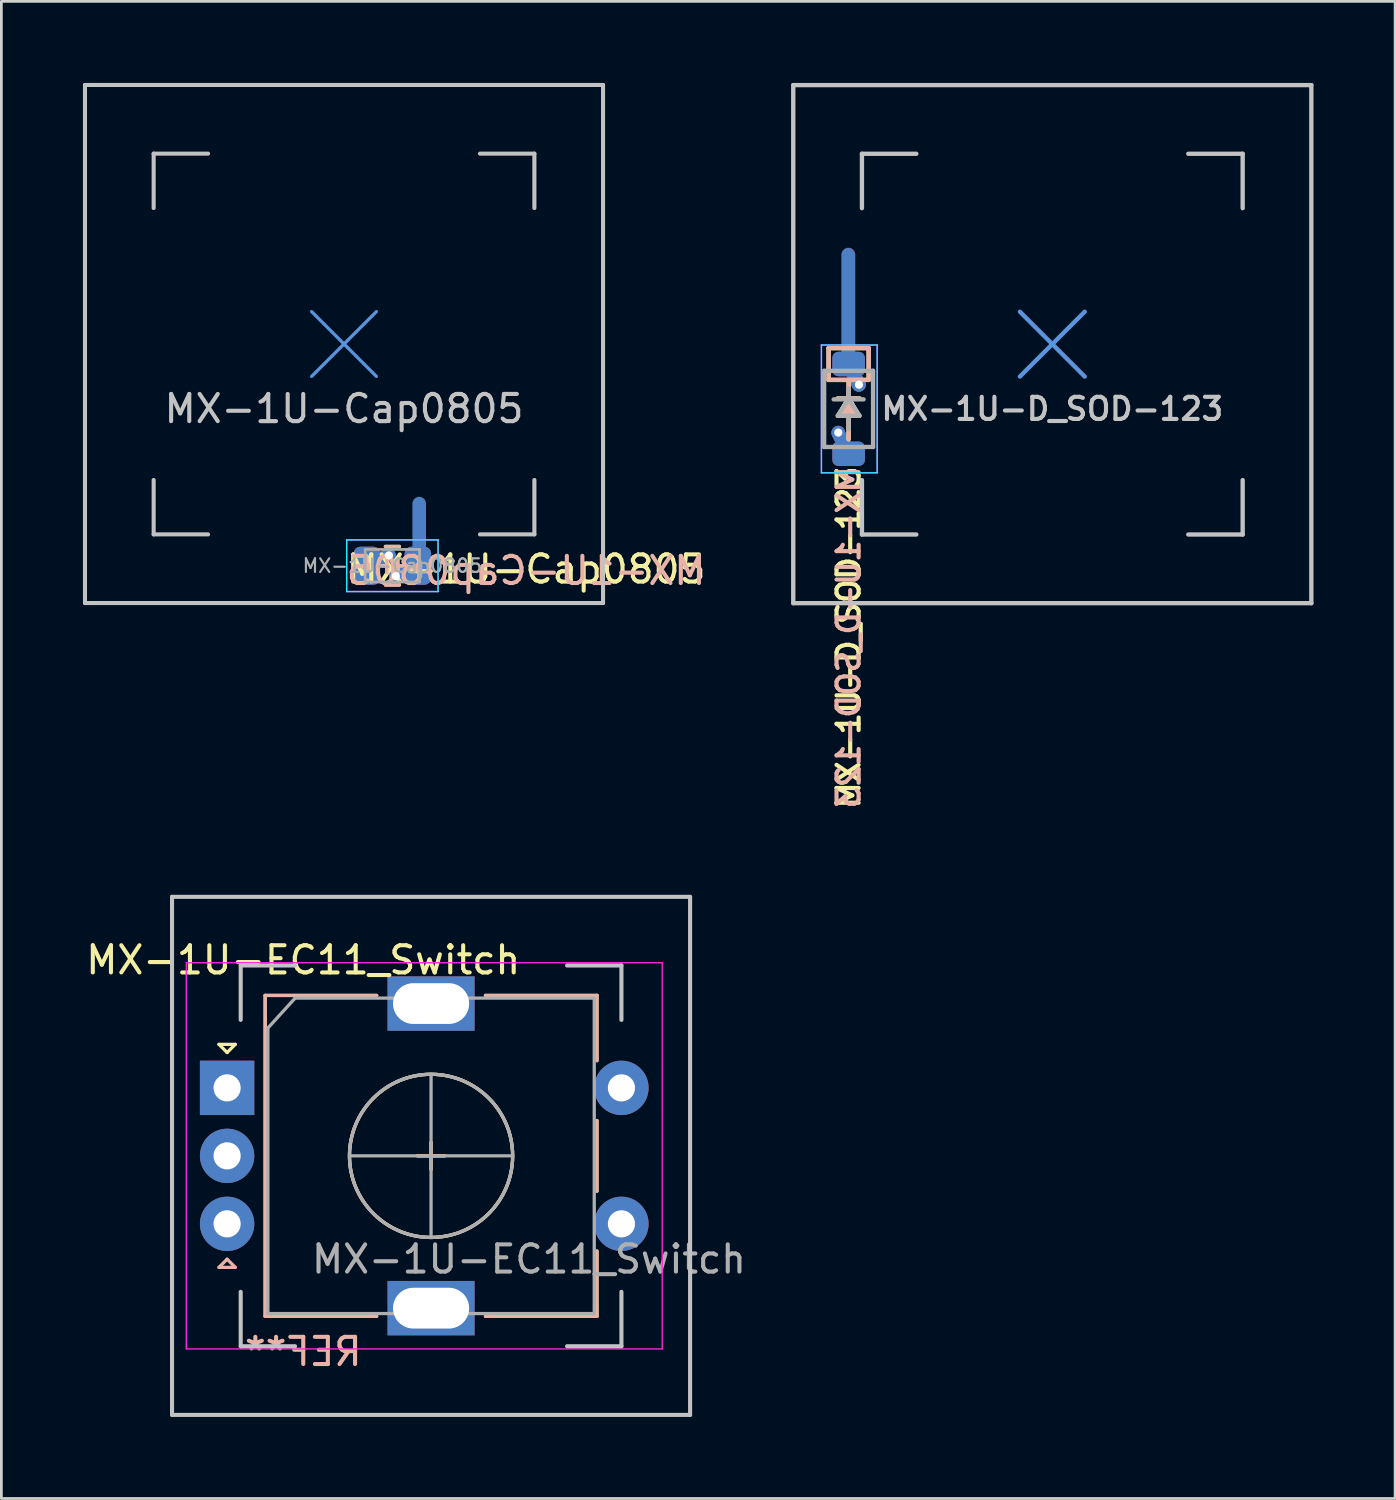
<source format=kicad_pcb>
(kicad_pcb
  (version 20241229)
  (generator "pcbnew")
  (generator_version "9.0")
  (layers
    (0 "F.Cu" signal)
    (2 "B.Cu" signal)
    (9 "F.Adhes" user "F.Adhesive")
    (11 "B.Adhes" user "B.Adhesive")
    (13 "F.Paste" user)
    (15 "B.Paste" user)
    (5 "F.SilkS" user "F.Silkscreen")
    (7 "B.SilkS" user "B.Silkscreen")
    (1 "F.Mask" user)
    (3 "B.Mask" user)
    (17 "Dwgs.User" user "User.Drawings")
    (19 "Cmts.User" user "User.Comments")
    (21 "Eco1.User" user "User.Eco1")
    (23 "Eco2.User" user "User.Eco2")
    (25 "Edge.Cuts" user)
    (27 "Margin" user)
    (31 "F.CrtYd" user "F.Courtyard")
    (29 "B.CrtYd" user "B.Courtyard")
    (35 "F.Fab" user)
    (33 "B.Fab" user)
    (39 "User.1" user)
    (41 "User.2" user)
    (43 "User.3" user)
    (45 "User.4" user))
  (footprint "MX-1U-EC11_Switch"
    (layer "F.Cu")
    (at 12.801 39.453)
    (property "Reference" "MX-1U-EC11_Switch" (at -4.7 -7.2 0) (layer "F.SilkS") (effects (font (size 1 1) (thickness 0.15))))
    (attr through_hole)
    (fp_line (start -7.8 -4.1) (end -7.2 -4.1) (stroke (width 0.12) (type solid)) (layer "F.SilkS"))
    (fp_line (start -7.5 -3.8) (end -7.8 -4.1) (stroke (width 0.12) (type solid)) (layer "F.SilkS"))
    (fp_line (start -7.2 -4.1) (end -7.5 -3.8) (stroke (width 0.12) (type solid)) (layer "F.SilkS"))
    (fp_line (start -6.1 -5.9) (end -6.1 5.9) (stroke (width 0.12) (type solid)) (layer "F.SilkS"))
    (fp_line (start -2 -5.9) (end -6.1 -5.9) (stroke (width 0.12) (type solid)) (layer "F.SilkS"))
    (fp_line (start -2 5.9) (end -6.1 5.9) (stroke (width 0.12) (type solid)) (layer "F.SilkS"))
    (fp_line (start -0.5 0) (end 0.5 0) (stroke (width 0.12) (type solid)) (layer "F.SilkS"))
    (fp_line (start 0 -0.5) (end 0 0.5) (stroke (width 0.12) (type solid)) (layer "F.SilkS"))
    (fp_line (start 2 -5.9) (end 6.1 -5.9) (stroke (width 0.12) (type solid)) (layer "F.SilkS"))
    (fp_line (start 6.1 -5.9) (end 6.1 -3.5) (stroke (width 0.12) (type solid)) (layer "F.SilkS"))
    (fp_line (start 6.1 -1.3) (end 6.1 1.3) (stroke (width 0.12) (type solid)) (layer "F.SilkS"))
    (fp_line (start 6.1 3.5) (end 6.1 5.9) (stroke (width 0.12) (type solid)) (layer "F.SilkS"))
    (fp_line (start 6.1 5.9) (end 2 5.9) (stroke (width 0.12) (type solid)) (layer "F.SilkS"))
    (fp_circle (center 0 0) (end 3 0) (stroke (width 0.12) (type solid)) (fill no) (layer "F.SilkS"))
    (fp_line (start -7.8 4.1) (end -7.2 4.1) (stroke (width 0.12) (type solid)) (layer "B.SilkS"))
    (fp_line (start -7.5 3.8) (end -7.8 4.1) (stroke (width 0.12) (type solid)) (layer "B.SilkS"))
    (fp_line (start -7.2 4.1) (end -7.5 3.8) (stroke (width 0.12) (type solid)) (layer "B.SilkS"))
    (fp_line (start -6.1 5.9) (end -6.1 -5.9) (stroke (width 0.12) (type solid)) (layer "B.SilkS"))
    (fp_line (start -2 -5.9) (end -6.1 -5.9) (stroke (width 0.12) (type solid)) (layer "B.SilkS"))
    (fp_line (start -2 5.9) (end -6.1 5.9) (stroke (width 0.12) (type solid)) (layer "B.SilkS"))
    (fp_line (start -0.5 0) (end 0.5 0) (stroke (width 0.12) (type solid)) (layer "B.SilkS"))
    (fp_line (start 0 0.5) (end 0 -0.5) (stroke (width 0.12) (type solid)) (layer "B.SilkS"))
    (fp_line (start 2 5.9) (end 6.1 5.9) (stroke (width 0.12) (type solid)) (layer "B.SilkS"))
    (fp_line (start 6.1 -5.9) (end 2 -5.9) (stroke (width 0.12) (type solid)) (layer "B.SilkS"))
    (fp_line (start 6.1 -3.5) (end 6.1 -5.9) (stroke (width 0.12) (type solid)) (layer "B.SilkS"))
    (fp_line (start 6.1 1.3) (end 6.1 -1.3) (stroke (width 0.12) (type solid)) (layer "B.SilkS"))
    (fp_line (start 6.1 5.9) (end 6.1 3.5) (stroke (width 0.12) (type solid)) (layer "B.SilkS"))
    (fp_circle (center 0 0) (end -3 0) (stroke (width 0.12) (type solid)) (fill no) (layer "B.SilkS"))
    (fp_line (start -9.525 -9.525) (end 9.525 -9.525) (stroke (width 0.15) (type solid)) (layer "Dwgs.User"))
    (fp_line (start -9.525 9.525) (end -9.525 -9.525) (stroke (width 0.15) (type solid)) (layer "Dwgs.User"))
    (fp_line (start -7 -7) (end -7 -5) (stroke (width 0.15) (type solid)) (layer "Dwgs.User"))
    (fp_line (start -7 5) (end -7 7) (stroke (width 0.15) (type solid)) (layer "Dwgs.User"))
    (fp_line (start -7 7) (end -5 7) (stroke (width 0.15) (type solid)) (layer "Dwgs.User"))
    (fp_line (start -5 -7) (end -7 -7) (stroke (width 0.15) (type solid)) (layer "Dwgs.User"))
    (fp_line (start 5 -7) (end 7 -7) (stroke (width 0.15) (type solid)) (layer "Dwgs.User"))
    (fp_line (start 5 7) (end 7 7) (stroke (width 0.15) (type solid)) (layer "Dwgs.User"))
    (fp_line (start 7 -7) (end 7 -5) (stroke (width 0.15) (type solid)) (layer "Dwgs.User"))
    (fp_line (start 7 7) (end 7 5) (stroke (width 0.15) (type solid)) (layer "Dwgs.User"))
    (fp_line (start 9.525 -9.525) (end 9.525 9.525) (stroke (width 0.15) (type solid)) (layer "Dwgs.User"))
    (fp_line (start 9.525 9.525) (end -9.525 9.525) (stroke (width 0.15) (type solid)) (layer "Dwgs.User"))
    (fp_line (start -9 -7.1) (end -9 7.1) (stroke (width 0.05) (type solid)) (layer "F.CrtYd"))
    (fp_line (start -9 -7.1) (end 8.5 -7.1) (stroke (width 0.05) (type solid)) (layer "F.CrtYd"))
    (fp_line (start 8.5 7.1) (end -9 7.1) (stroke (width 0.05) (type solid)) (layer "F.CrtYd"))
    (fp_line (start 8.5 7.1) (end 8.5 -7.1) (stroke (width 0.05) (type solid)) (layer "F.CrtYd"))
    (fp_line (start -6 -4.7) (end -5 -5.8) (stroke (width 0.12) (type solid)) (layer "F.Fab"))
    (fp_line (start -6 5.8) (end -6 -4.7) (stroke (width 0.12) (type solid)) (layer "F.Fab"))
    (fp_line (start -5 -5.8) (end 6 -5.8) (stroke (width 0.12) (type solid)) (layer "F.Fab"))
    (fp_line (start -3 0) (end 3 0) (stroke (width 0.12) (type solid)) (layer "F.Fab"))
    (fp_line (start 0 -3) (end 0 3) (stroke (width 0.12) (type solid)) (layer "F.Fab"))
    (fp_line (start 6 -5.8) (end 6 5.8) (stroke (width 0.12) (type solid)) (layer "F.Fab"))
    (fp_line (start 6 5.8) (end -6 5.8) (stroke (width 0.12) (type solid)) (layer "F.Fab"))
    (fp_circle (center 0 0) (end 3 0) (stroke (width 0.12) (type solid)) (fill no) (layer "F.Fab"))
    (fp_text user "REF**" (at -4.7 7.2 180) (layer "B.SilkS") (effects (font (size 1 1) (thickness 0.15)) (justify mirror)))
    (fp_text user "${REFERENCE}" (at 3.6 3.8 0) (layer "F.Fab") (effects (font (size 1 1) (thickness 0.15))))
    (pad "A" thru_hole rect (at -7.5 -2.5) (size 2 2) (drill 1) (layers "*.Cu" "*.Mask"))
    (pad "B" thru_hole circle (at -7.5 2.5) (size 2 2) (drill 1) (layers "*.Cu" "*.Mask"))
    (pad "C" thru_hole circle (at -7.5 0) (size 2 2) (drill 1) (layers "*.Cu" "*.Mask"))
    (pad "MP" thru_hole rect (at 0 -5.6) (size 3.2 2) (drill oval 2.8 1.5) (layers "*.Cu" "*.Mask"))
    (pad "MP" thru_hole rect (at 0 5.6) (size 3.2 2) (drill oval 2.8 1.5) (layers "*.Cu" "*.Mask"))
    (pad "S1" thru_hole circle (at 7 2.5) (size 2 2) (drill 1) (layers "*.Cu" "*.Mask"))
    (pad "S2" thru_hole circle (at 7 -2.5) (size 2 2) (drill 1) (layers "*.Cu" "*.Mask")))
  (footprint "MX-1U-Cap0805"
    (layer "F.Cu")
    (at 9.6 9.6)
    (property "Reference" "MX-1U-Cap0805" (at 0 2.381 0) (layer "Dwgs.User") (effects (font (size 1 1) (thickness 0.15))))
    (attr through_hole)
    (fp_line (start 1.397 8.153) (end 1.587 8.153) (stroke (width 0.12) (type solid)) (layer "F.SilkS"))
    (fp_line (start 1.522 7.443) (end 2.039 7.443) (stroke (width 0.12) (type solid)) (layer "F.SilkS"))
    (fp_line (start 1.522 8.863) (end 2.039 8.863) (stroke (width 0.12) (type solid)) (layer "F.SilkS"))
    (fp_line (start 1.576 8.412) (end 1.576 7.895) (stroke (width 0.12) (type solid)) (layer "F.SilkS"))
    (fp_line (start 1.968 8.153) (end 2.159 8.153) (stroke (width 0.12) (type solid)) (layer "F.SilkS"))
    (fp_line (start 1.98 8.412) (end 1.98 7.895) (stroke (width 0.12) (type solid)) (layer "F.SilkS"))
    (fp_line (start 1.397 8.153) (end 1.587 8.153) (stroke (width 0.12) (type solid)) (layer "B.SilkS"))
    (fp_line (start 1.522 7.443) (end 2.039 7.443) (stroke (width 0.12) (type solid)) (layer "B.SilkS"))
    (fp_line (start 1.522 8.863) (end 2.039 8.863) (stroke (width 0.12) (type solid)) (layer "B.SilkS"))
    (fp_line (start 1.576 8.412) (end 1.576 7.895) (stroke (width 0.12) (type solid)) (layer "B.SilkS"))
    (fp_line (start 1.968 8.153) (end 2.159 8.153) (stroke (width 0.12) (type solid)) (layer "B.SilkS"))
    (fp_line (start 1.98 8.412) (end 1.98 7.895) (stroke (width 0.12) (type solid)) (layer "B.SilkS"))
    (fp_line (start -9.525 -9.525) (end 9.525 -9.525) (stroke (width 0.15) (type solid)) (layer "Dwgs.User"))
    (fp_line (start -9.525 9.525) (end -9.525 -9.525) (stroke (width 0.15) (type solid)) (layer "Dwgs.User"))
    (fp_line (start -7 -7) (end -7 -5) (stroke (width 0.15) (type solid)) (layer "Dwgs.User"))
    (fp_line (start -7 5) (end -7 7) (stroke (width 0.15) (type solid)) (layer "Dwgs.User"))
    (fp_line (start -7 7) (end -5 7) (stroke (width 0.15) (type solid)) (layer "Dwgs.User"))
    (fp_line (start -5 -7) (end -7 -7) (stroke (width 0.15) (type solid)) (layer "Dwgs.User"))
    (fp_line (start 5 -7) (end 7 -7) (stroke (width 0.15) (type solid)) (layer "Dwgs.User"))
    (fp_line (start 5 7) (end 7 7) (stroke (width 0.15) (type solid)) (layer "Dwgs.User"))
    (fp_line (start 7 -7) (end 7 -5) (stroke (width 0.15) (type solid)) (layer "Dwgs.User"))
    (fp_line (start 7 7) (end 7 5) (stroke (width 0.15) (type solid)) (layer "Dwgs.User"))
    (fp_line (start 9.525 -9.525) (end 9.525 9.525) (stroke (width 0.15) (type solid)) (layer "Dwgs.User"))
    (fp_line (start 9.525 9.525) (end -9.525 9.525) (stroke (width 0.15) (type solid)) (layer "Dwgs.User"))
    (fp_line (start -1.191 -1.191) (end 1.191 1.191) (stroke (width 0.12) (type solid)) (layer "Cmts.User"))
    (fp_line (start -1.191 1.191) (end 1.191 -1.191) (stroke (width 0.12) (type solid)) (layer "Cmts.User"))
    (fp_line (start 0.098 7.203) (end 3.458 7.203) (stroke (width 0.05) (type solid)) (layer "B.CrtYd"))
    (fp_line (start 0.098 9.103) (end 0.098 7.203) (stroke (width 0.05) (type solid)) (layer "B.CrtYd"))
    (fp_line (start 3.458 7.203) (end 3.458 9.103) (stroke (width 0.05) (type solid)) (layer "B.CrtYd"))
    (fp_line (start 3.458 9.103) (end 0.098 9.103) (stroke (width 0.05) (type solid)) (layer "B.CrtYd"))
    (fp_line (start 0.098 7.203) (end 3.458 7.203) (stroke (width 0.05) (type solid)) (layer "F.CrtYd"))
    (fp_line (start 0.098 9.103) (end 0.098 7.203) (stroke (width 0.05) (type solid)) (layer "F.CrtYd"))
    (fp_line (start 3.458 7.203) (end 3.458 9.103) (stroke (width 0.05) (type solid)) (layer "F.CrtYd"))
    (fp_line (start 3.458 9.103) (end 0.098 9.103) (stroke (width 0.05) (type solid)) (layer "F.CrtYd"))
    (fp_line (start 0.778 7.553) (end 2.778 7.553) (stroke (width 0.1) (type solid)) (layer "F.Fab"))
    (fp_line (start 0.778 8.753) (end 0.778 7.553) (stroke (width 0.1) (type solid)) (layer "F.Fab"))
    (fp_line (start 2.778 7.553) (end 2.778 8.753) (stroke (width 0.1) (type solid)) (layer "F.Fab"))
    (fp_line (start 2.778 8.753) (end 0.778 8.753) (stroke (width 0.1) (type solid)) (layer "F.Fab"))
    (fp_text user "${REFERENCE}" (at 0 8.28 180) (layer "F.SilkS") (effects (font (size 1 1) (thickness 0.15)) (justify left)))
    (fp_text user "${REFERENCE}" (at 0 8.334 180) (layer "B.SilkS") (effects (font (size 1 1) (thickness 0.15)) (justify right mirror)))
    (fp_text user "${REFERENCE}" (at 1.778 8.153 180) (layer "F.Fab") (effects (font (size 0.5 0.5) (thickness 0.08))))
    (pad "1" thru_hole circle (at 1.905 8.534 180) (size 0.5 0.5) (drill 0.3) (layers "*.Cu"))
    (pad "1" smd custom (at 2.716 8.153 180) (size 0.975 0.975) (layers "F.Cu") (options (anchor circle)) (primitives (gr_line (start 0.81 -0.381) (end -0.079 0) (width 0.5))))
    (pad "1" smd custom (at 2.716 8.153 180) (size 0.975 0.975) (layers "B.Cu") (options (anchor circle)) (primitives (gr_line (start 0.81 -0.381) (end -0.079 0) (width 0.5)) (gr_line (start -0.049 0) (end -0.049 2.286) (width 0.5))))
    (pad "1" smd roundrect (at 2.716 8.153 180) (size 0.975 1.4) (layers "F.Cu" "F.Mask" "F.Paste") (roundrect_rratio 0.25))
    (pad "1" smd roundrect (at 2.716 8.153 180) (size 0.975 1.4) (layers "B.Cu" "B.Mask" "B.Paste") (roundrect_rratio 0.25))
    (pad "2" smd custom (at 0.841 8.153 180) (size 0.975 0.975) (layers "F.Cu") (options (anchor circle)) (primitives (gr_line (start -0.81 0.381) (end 0.079 0) (width 0.5))))
    (pad "2" smd custom (at 0.841 8.153 180) (size 0.975 0.975) (layers "B.Cu") (options (anchor circle)) (primitives (gr_line (start -0.81 0.381) (end 0.079 0) (width 0.5))))
    (pad "2" smd roundrect (at 0.841 8.153 180) (size 0.975 1.4) (layers "F.Cu" "F.Mask" "F.Paste") (roundrect_rratio 0.25))
    (pad "2" smd roundrect (at 0.841 8.153 180) (size 0.975 1.4) (layers "B.Cu" "B.Mask" "B.Paste") (roundrect_rratio 0.25))
    (pad "2" thru_hole circle (at 1.651 7.772 180) (size 0.5 0.5) (drill 0.3) (layers "*.Cu")))
  (footprint "MX-1U-D_SOD-123"
    (layer "F.Cu")
    (at 35.645 9.605)
    (property "Reference" "MX-1U-D_SOD-123" (at 0 2.381 0) (layer "Dwgs.User") (effects (font (size 0.813 0.813) (thickness 0.152))))
    (attr through_hole)
    (fp_line (start -8.226 0.146) (end -6.753 0.146) (stroke (width 0.16) (type solid)) (layer "F.SilkS"))
    (fp_line (start -8.226 1.314) (end -8.226 0.146) (stroke (width 0.16) (type solid)) (layer "F.SilkS"))
    (fp_line (start -7.871 2.635) (end -7.49 2) (stroke (width 0.16) (type solid)) (layer "F.SilkS"))
    (fp_line (start -7.49 1.34) (end -7.49 2) (stroke (width 0.16) (type solid)) (layer "F.SilkS"))
    (fp_line (start -7.49 2) (end -7.109 2.635) (stroke (width 0.16) (type solid)) (layer "F.SilkS"))
    (fp_line (start -7.49 2.635) (end -7.49 3.499) (stroke (width 0.16) (type solid)) (layer "F.SilkS"))
    (fp_line (start -7.109 2.635) (end -7.871 2.635) (stroke (width 0.16) (type solid)) (layer "F.SilkS"))
    (fp_line (start -7.083 2) (end -7.896 2) (stroke (width 0.16) (type solid)) (layer "F.SilkS"))
    (fp_line (start -6.753 0.146) (end -6.753 1.314) (stroke (width 0.16) (type solid)) (layer "F.SilkS"))
    (fp_line (start -6.753 1.314) (end -8.226 1.314) (stroke (width 0.16) (type solid)) (layer "F.SilkS"))
    (fp_poly (pts (xy -7.871 2.635) (xy -7.49 2) (xy -7.109 2.635)) (stroke (width 0.16) (type solid)) (fill yes) (layer "F.SilkS"))
    (fp_line (start -8.226 0.146) (end -8.226 1.314) (stroke (width 0.16) (type solid)) (layer "B.SilkS"))
    (fp_line (start -8.226 1.314) (end -6.753 1.314) (stroke (width 0.16) (type solid)) (layer "B.SilkS"))
    (fp_line (start -7.896 2) (end -7.083 2) (stroke (width 0.16) (type solid)) (layer "B.SilkS"))
    (fp_line (start -7.871 2.635) (end -7.109 2.635) (stroke (width 0.16) (type solid)) (layer "B.SilkS"))
    (fp_line (start -7.49 1.34) (end -7.49 2) (stroke (width 0.16) (type solid)) (layer "B.SilkS"))
    (fp_line (start -7.49 2) (end -7.871 2.635) (stroke (width 0.16) (type solid)) (layer "B.SilkS"))
    (fp_line (start -7.49 2.635) (end -7.49 3.499) (stroke (width 0.16) (type solid)) (layer "B.SilkS"))
    (fp_line (start -7.109 2.635) (end -7.49 2) (stroke (width 0.16) (type solid)) (layer "B.SilkS"))
    (fp_line (start -6.753 0.146) (end -8.226 0.146) (stroke (width 0.16) (type solid)) (layer "B.SilkS"))
    (fp_line (start -6.753 1.314) (end -6.753 0.146) (stroke (width 0.16) (type solid)) (layer "B.SilkS"))
    (fp_poly (pts (xy -7.109 2.635) (xy -7.49 2) (xy -7.871 2.635)) (stroke (width 0.16) (type solid)) (fill yes) (layer "B.SilkS"))
    (fp_line (start -9.525 -9.525) (end 9.525 -9.525) (stroke (width 0.16) (type solid)) (layer "Dwgs.User"))
    (fp_line (start -9.525 9.525) (end -9.525 -9.525) (stroke (width 0.16) (type solid)) (layer "Dwgs.User"))
    (fp_line (start -7 -7) (end -7 -5) (stroke (width 0.16) (type solid)) (layer "Dwgs.User"))
    (fp_line (start -7 5) (end -7 7) (stroke (width 0.16) (type solid)) (layer "Dwgs.User"))
    (fp_line (start -7 7) (end -5 7) (stroke (width 0.16) (type solid)) (layer "Dwgs.User"))
    (fp_line (start -5 -7) (end -7 -7) (stroke (width 0.16) (type solid)) (layer "Dwgs.User"))
    (fp_line (start 5 -7) (end 7 -7) (stroke (width 0.16) (type solid)) (layer "Dwgs.User"))
    (fp_line (start 5 7) (end 7 7) (stroke (width 0.16) (type solid)) (layer "Dwgs.User"))
    (fp_line (start 7 -7) (end 7 -5) (stroke (width 0.16) (type solid)) (layer "Dwgs.User"))
    (fp_line (start 7 7) (end 7 5) (stroke (width 0.16) (type solid)) (layer "Dwgs.User"))
    (fp_line (start 9.525 -9.525) (end 9.525 9.525) (stroke (width 0.16) (type solid)) (layer "Dwgs.User"))
    (fp_line (start 9.525 9.525) (end -9.525 9.525) (stroke (width 0.16) (type solid)) (layer "Dwgs.User"))
    (fp_line (start -1.191 -1.191) (end 1.191 1.191) (stroke (width 0.16) (type solid)) (layer "Cmts.User"))
    (fp_line (start -1.191 1.191) (end 1.191 -1.191) (stroke (width 0.16) (type solid)) (layer "Cmts.User"))
    (fp_line (start -8.49 4.731) (end -8.49 0.031) (stroke (width 0.05) (type solid)) (layer "B.CrtYd"))
    (fp_line (start -6.44 0.031) (end -8.49 0.031) (stroke (width 0.05) (type solid)) (layer "B.CrtYd"))
    (fp_line (start -6.44 0.031) (end -6.44 4.731) (stroke (width 0.05) (type solid)) (layer "B.CrtYd"))
    (fp_line (start -6.44 4.731) (end -8.49 4.731) (stroke (width 0.05) (type solid)) (layer "B.CrtYd"))
    (fp_line (start -8.49 4.731) (end -8.49 0.031) (stroke (width 0.05) (type solid)) (layer "F.CrtYd"))
    (fp_line (start -6.44 0.031) (end -8.49 0.031) (stroke (width 0.05) (type solid)) (layer "F.CrtYd"))
    (fp_line (start -6.44 0.031) (end -6.44 4.731) (stroke (width 0.05) (type solid)) (layer "F.CrtYd"))
    (fp_line (start -6.44 4.731) (end -8.49 4.731) (stroke (width 0.05) (type solid)) (layer "F.CrtYd"))
    (fp_line (start -8.39 0.981) (end -6.59 0.981) (stroke (width 0.16) (type solid)) (layer "F.Fab"))
    (fp_line (start -8.39 3.781) (end -8.39 0.981) (stroke (width 0.16) (type solid)) (layer "F.Fab"))
    (fp_line (start -7.89 2.631) (end -7.49 2.031) (stroke (width 0.16) (type solid)) (layer "F.Fab"))
    (fp_line (start -7.49 1.631) (end -7.49 2.031) (stroke (width 0.16) (type solid)) (layer "F.Fab"))
    (fp_line (start -7.49 2.031) (end -8.04 2.031) (stroke (width 0.16) (type solid)) (layer "F.Fab"))
    (fp_line (start -7.49 2.031) (end -7.09 2.631) (stroke (width 0.16) (type solid)) (layer "F.Fab"))
    (fp_line (start -7.49 2.031) (end -6.94 2.031) (stroke (width 0.16) (type solid)) (layer "F.Fab"))
    (fp_line (start -7.49 2.631) (end -7.49 3.131) (stroke (width 0.16) (type solid)) (layer "F.Fab"))
    (fp_line (start -7.09 2.631) (end -7.89 2.631) (stroke (width 0.16) (type solid)) (layer "F.Fab"))
    (fp_line (start -6.59 0.981) (end -6.59 3.781) (stroke (width 0.16) (type solid)) (layer "F.Fab"))
    (fp_line (start -6.59 3.781) (end -8.39 3.781) (stroke (width 0.16) (type solid)) (layer "F.Fab"))
    (fp_text user "${REFERENCE}" (at -7.49 4.413 270) (layer "F.SilkS") (effects (font (size 0.813 0.813) (thickness 0.152)) (justify right)))
    (fp_text user "${REFERENCE}" (at -7.49 4.413 270) (layer "B.SilkS") (effects (font (size 0.813 0.813) (thickness 0.152)) (justify left mirror)))
    (pad "1" smd custom (at -7.503 0.741) (size 0.762 0.762) (layers "B.Cu") (options (anchor circle)) (primitives (gr_line (start 0 -0.001) (end 0 -4.033) (width 0.5)) (gr_line (start 0.381 0.761) (end 0 -0.001) (width 0.5))))
    (pad "1" smd custom (at -7.493 0.737) (size 0.762 0.762) (layers "F.Cu") (options (anchor circle)) (primitives (gr_line (start 0.381 0.761) (end 0 -0.001) (width 0.5)) (gr_line (start 0 -0.001) (end 0 -4.033) (width 0.5))))
    (pad "1" smd roundrect (at -7.49 0.73 270) (size 0.9 1.2) (layers "B.Cu" "B.Mask" "B.Paste") (roundrect_rratio 0.25))
    (pad "1" smd custom (at -7.49 0.73 270) (size 0.9 1.2) (layers "F.Cu") (options (anchor circle)) (primitives (gr_line (start 0.762 -0.381) (end 0 0) (width 0.5))))
    (pad "1" smd custom (at -7.49 0.73 270) (size 0.9 1.2) (layers "B.Cu") (options (anchor circle)) (primitives (gr_line (start 0.762 -0.381) (end 0 0) (width 0.5))))
    (pad "1" smd roundrect (at -7.49 0.731 270) (size 0.9 1.2) (layers "F.Cu" "F.Mask" "F.Paste") (roundrect_rratio 0.25))
    (pad "1" thru_hole circle (at -7.109 1.492 270) (size 0.5 0.5) (drill 0.3) (layers "*.Cu"))
    (pad "2" thru_hole circle (at -7.871 3.251 270) (size 0.5 0.5) (drill 0.3) (layers "*.Cu"))
    (pad "2" smd roundrect (at -7.49 4.031 270) (size 0.9 1.2) (layers "F.Cu" "F.Mask" "F.Paste") (roundrect_rratio 0.25))
    (pad "2" smd roundrect (at -7.49 4.031 270) (size 0.9 1.2) (layers "B.Cu" "B.Mask" "B.Paste") (roundrect_rratio 0.25))
    (pad "2" smd custom (at -7.49 4.031 270) (size 0.9 1.2) (layers "F.Cu") (options (anchor circle)) (primitives (gr_line (start -0.761 0.381) (end 0.001 0) (width 0.5))))
    (pad "2" smd custom (at -7.49 4.031 270) (size 0.9 1.2) (layers "B.Cu") (options (anchor circle)) (primitives (gr_line (start -0.761 0.381) (end 0.001 0) (width 0.5)))))
  (gr_rect
    (start -3 -3)
    (end 48.25 52.053)
    (stroke (width 0.1) (type default))
    (fill no)
    (layer "Edge.Cuts")))
</source>
